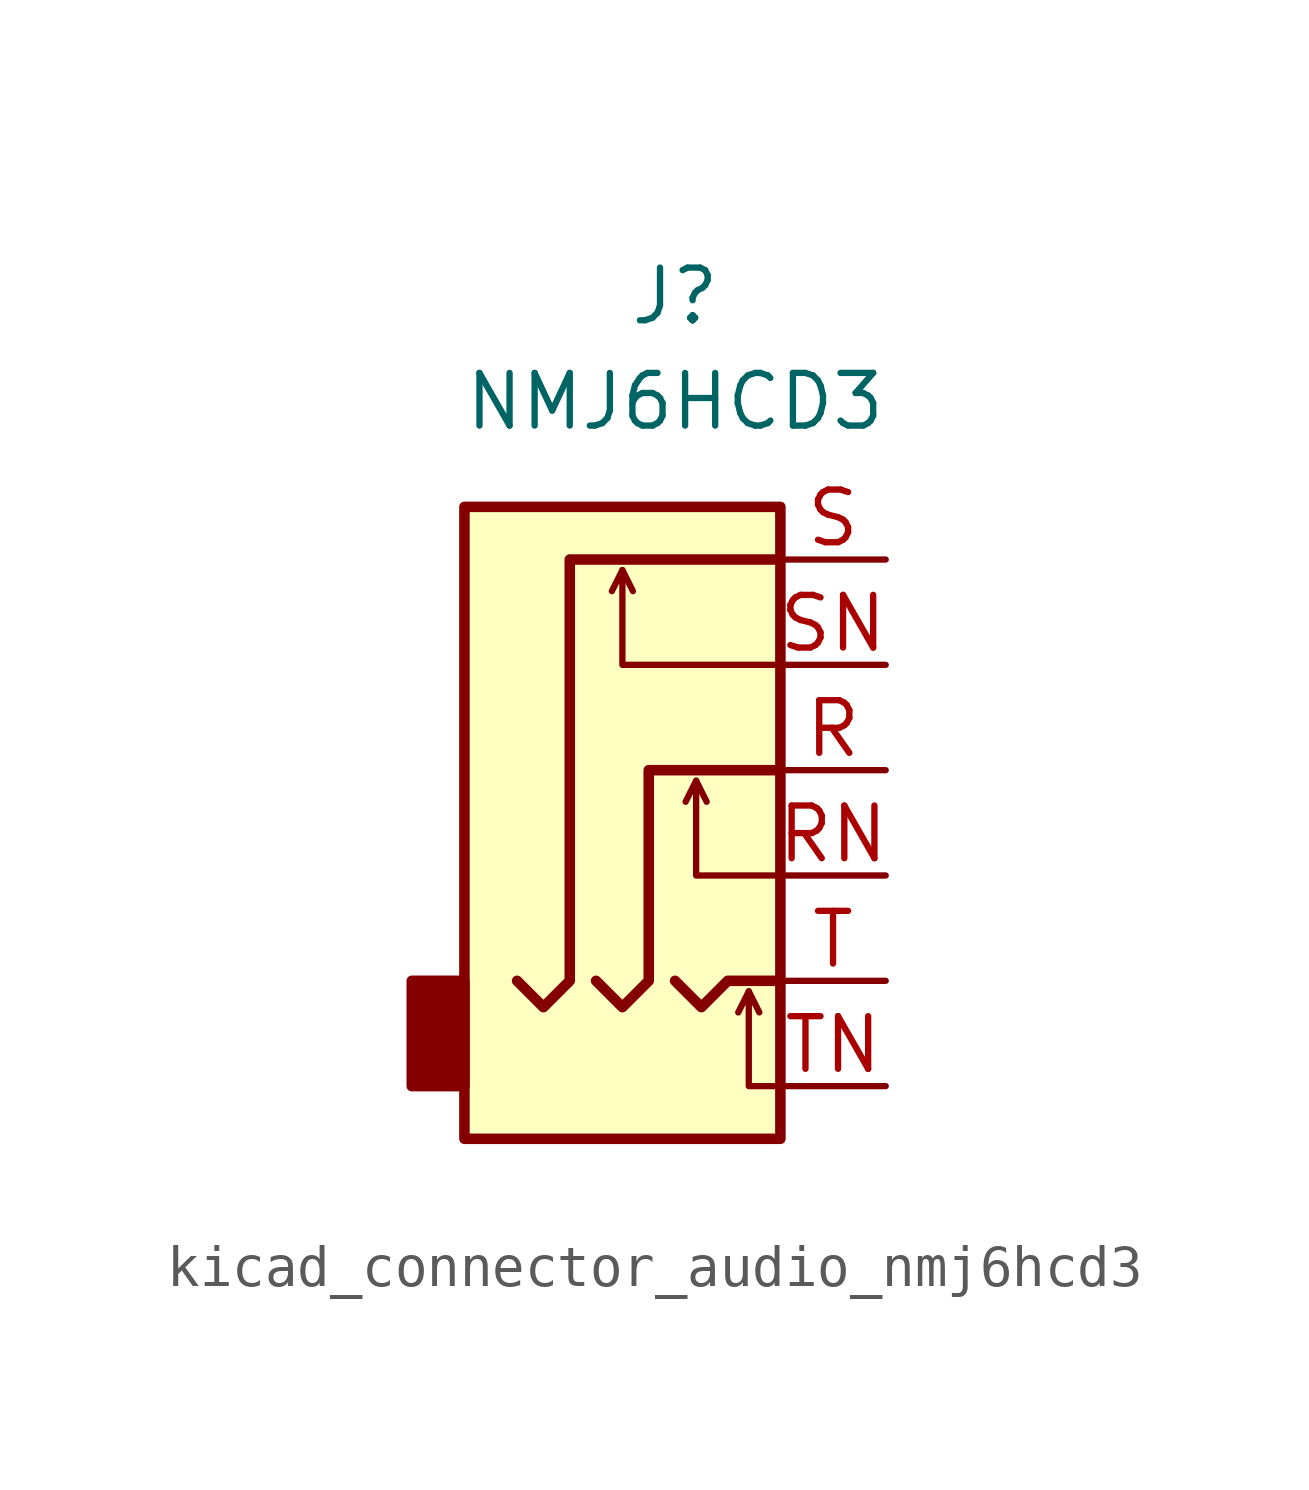
<source format=kicad_sym>
(kicad_symbol_lib
  (version 20220914)
  (generator kicad_symbol_editor)
  (symbol "kicad_connector_audio_nmj6hcd3"
    (property "Reference" "J"
      (at 0 11.43 0)
      (effects (font (size 1.27 1.27))))
    (property "Value" "NMJ6HCD3"
      (at 0 8.89 0)
      (effects (font (size 1.27 1.27))))
    (symbol "kicad_connector_audio_nmj6hcd3_0_1"
      (rectangle (start -5.08 -5.08) (end -6.35 -7.62) (stroke (width 0.254) (type default)) (fill (type outline)))
      (polyline (pts (xy -1.27 4.826) (xy -1.016 4.318)) (stroke (width 0) (type default)) (fill (type none)))
      (polyline (pts (xy 0.508 -0.254) (xy 0.762 -0.762)) (stroke (width 0) (type default)) (fill (type none)))
      (polyline (pts (xy 1.778 -5.334) (xy 2.032 -5.842)) (stroke (width 0) (type default)) (fill (type none)))
      (polyline (pts (xy 0 -5.08) (xy 0.635 -5.715) (xy 1.27 -5.08) (xy 2.54 -5.08)) (stroke (width 0.254) (type default)) (fill (type none)))
      (polyline (pts (xy 2.54 -7.62) (xy 1.778 -7.62) (xy 1.778 -5.334) (xy 1.524 -5.842)) (stroke (width 0) (type default)) (fill (type none)))
      (polyline (pts (xy 2.54 -2.54) (xy 0.508 -2.54) (xy 0.508 -0.254) (xy 0.254 -0.762)) (stroke (width 0) (type default)) (fill (type none)))
      (polyline (pts (xy 2.54 2.54) (xy -1.27 2.54) (xy -1.27 4.826) (xy -1.524 4.318)) (stroke (width 0) (type default)) (fill (type none)))
      (polyline (pts (xy -1.905 -5.08) (xy -1.27 -5.715) (xy -0.635 -5.08) (xy -0.635 0) (xy 2.54 0)) (stroke (width 0.254) (type default)) (fill (type none)))
      (polyline (pts (xy 2.54 5.08) (xy -2.54 5.08) (xy -2.54 -5.08) (xy -3.175 -5.715) (xy -3.81 -5.08)) (stroke (width 0.254) (type default)) (fill (type none)))
      (rectangle (start 2.54 6.35) (end -5.08 -8.89) (stroke (width 0.254) (type default)) (fill (type background))))
    (symbol "kicad_connector_audio_nmj6hcd3_1_1"
      (pin passive line (at 5.08 0 180) (length 2.54) (name "~" (effects (font (size 1.27 1.27)))) (number "R" (effects (font (size 1.27 1.27)))))
      (pin passive line (at 5.08 -2.54 180) (length 2.54) (name "~" (effects (font (size 1.27 1.27)))) (number "RN" (effects (font (size 1.27 1.27)))))
      (pin passive line (at 5.08 5.08 180) (length 2.54) (name "~" (effects (font (size 1.27 1.27)))) (number "S" (effects (font (size 1.27 1.27)))))
      (pin passive line (at 5.08 2.54 180) (length 2.54) (name "~" (effects (font (size 1.27 1.27)))) (number "SN" (effects (font (size 1.27 1.27)))))
      (pin passive line (at 5.08 -5.08 180) (length 2.54) (name "~" (effects (font (size 1.27 1.27)))) (number "T" (effects (font (size 1.27 1.27)))))
      (pin passive line (at 5.08 -7.62 180) (length 2.54) (name "~" (effects (font (size 1.27 1.27)))) (number "TN" (effects (font (size 1.27 1.27))))))))
</source>
